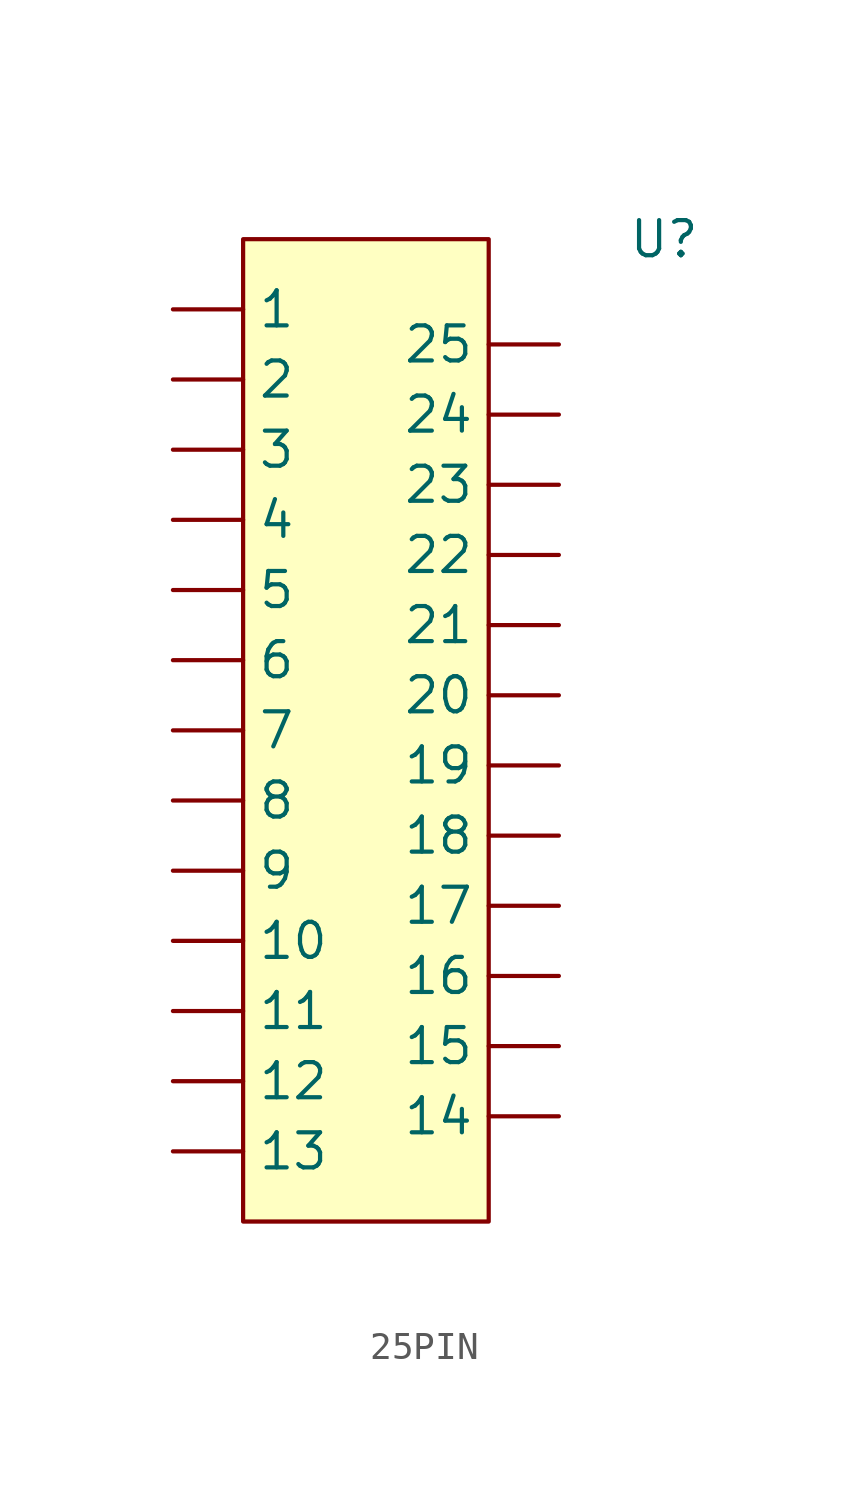
<source format=kicad_sym>
(kicad_symbol_lib
  (version 20220914)
  (generator kicad_symbol_editor)
  (symbol "25PIN"
    (property "Reference" "U"
      (at 20.32 35.56 0)
      (effects (font (size 1.27 1.27))))
    (property "Value" ""
      (at 20.32 35.56 0)
      (effects (font (size 1.27 1.27))))
    (symbol "25PIN_1_1"
      (rectangle (start 5.08 35.56) (end 13.97 0) (stroke (width 0) (type default)) (fill (type background)))
      (pin input line (at 2.54 33.02 0) (length 2.54) (name "1" (effects (font (size 1.27 1.27)))) (number "" (effects (font (size 1.27 1.27)))))
      (pin input line (at 2.54 10.16 0) (length 2.54) (name "10" (effects (font (size 1.27 1.27)))) (number "" (effects (font (size 1.27 1.27)))))
      (pin input line (at 2.54 7.62 0) (length 2.54) (name "11" (effects (font (size 1.27 1.27)))) (number "" (effects (font (size 1.27 1.27)))))
      (pin input line (at 2.54 5.08 0) (length 2.54) (name "12" (effects (font (size 1.27 1.27)))) (number "" (effects (font (size 1.27 1.27)))))
      (pin input line (at 2.54 2.54 0) (length 2.54) (name "13" (effects (font (size 1.27 1.27)))) (number "" (effects (font (size 1.27 1.27)))))
      (pin input line (at 16.51 3.81 180) (length 2.54) (name "14" (effects (font (size 1.27 1.27)))) (number "" (effects (font (size 1.27 1.27)))))
      (pin input line (at 16.51 6.35 180) (length 2.54) (name "15" (effects (font (size 1.27 1.27)))) (number "" (effects (font (size 1.27 1.27)))))
      (pin input line (at 16.51 8.89 180) (length 2.54) (name "16" (effects (font (size 1.27 1.27)))) (number "" (effects (font (size 1.27 1.27)))))
      (pin input line (at 16.51 11.43 180) (length 2.54) (name "17" (effects (font (size 1.27 1.27)))) (number "" (effects (font (size 1.27 1.27)))))
      (pin input line (at 16.51 13.97 180) (length 2.54) (name "18" (effects (font (size 1.27 1.27)))) (number "" (effects (font (size 1.27 1.27)))))
      (pin input line (at 16.51 16.51 180) (length 2.54) (name "19" (effects (font (size 1.27 1.27)))) (number "" (effects (font (size 1.27 1.27)))))
      (pin input line (at 2.54 30.48 0) (length 2.54) (name "2" (effects (font (size 1.27 1.27)))) (number "" (effects (font (size 1.27 1.27)))))
      (pin input line (at 16.51 19.05 180) (length 2.54) (name "20" (effects (font (size 1.27 1.27)))) (number "" (effects (font (size 1.27 1.27)))))
      (pin input line (at 16.51 21.59 180) (length 2.54) (name "21" (effects (font (size 1.27 1.27)))) (number "" (effects (font (size 1.27 1.27)))))
      (pin input line (at 16.51 24.13 180) (length 2.54) (name "22" (effects (font (size 1.27 1.27)))) (number "" (effects (font (size 1.27 1.27)))))
      (pin input line (at 16.51 26.67 180) (length 2.54) (name "23" (effects (font (size 1.27 1.27)))) (number "" (effects (font (size 1.27 1.27)))))
      (pin input line (at 16.51 29.21 180) (length 2.54) (name "24" (effects (font (size 1.27 1.27)))) (number "" (effects (font (size 1.27 1.27)))))
      (pin input line (at 16.51 31.75 180) (length 2.54) (name "25" (effects (font (size 1.27 1.27)))) (number "" (effects (font (size 1.27 1.27)))))
      (pin input line (at 2.54 27.94 0) (length 2.54) (name "3" (effects (font (size 1.27 1.27)))) (number "" (effects (font (size 1.27 1.27)))))
      (pin input line (at 2.54 25.4 0) (length 2.54) (name "4" (effects (font (size 1.27 1.27)))) (number "" (effects (font (size 1.27 1.27)))))
      (pin input line (at 2.54 22.86 0) (length 2.54) (name "5" (effects (font (size 1.27 1.27)))) (number "" (effects (font (size 1.27 1.27)))))
      (pin input line (at 2.54 20.32 0) (length 2.54) (name "6" (effects (font (size 1.27 1.27)))) (number "" (effects (font (size 1.27 1.27)))))
      (pin input line (at 2.54 17.78 0) (length 2.54) (name "7" (effects (font (size 1.27 1.27)))) (number "" (effects (font (size 1.27 1.27)))))
      (pin input line (at 2.54 15.24 0) (length 2.54) (name "8" (effects (font (size 1.27 1.27)))) (number "" (effects (font (size 1.27 1.27)))))
      (pin input line (at 2.54 12.7 0) (length 2.54) (name "9" (effects (font (size 1.27 1.27)))) (number "" (effects (font (size 1.27 1.27))))))))
</source>
